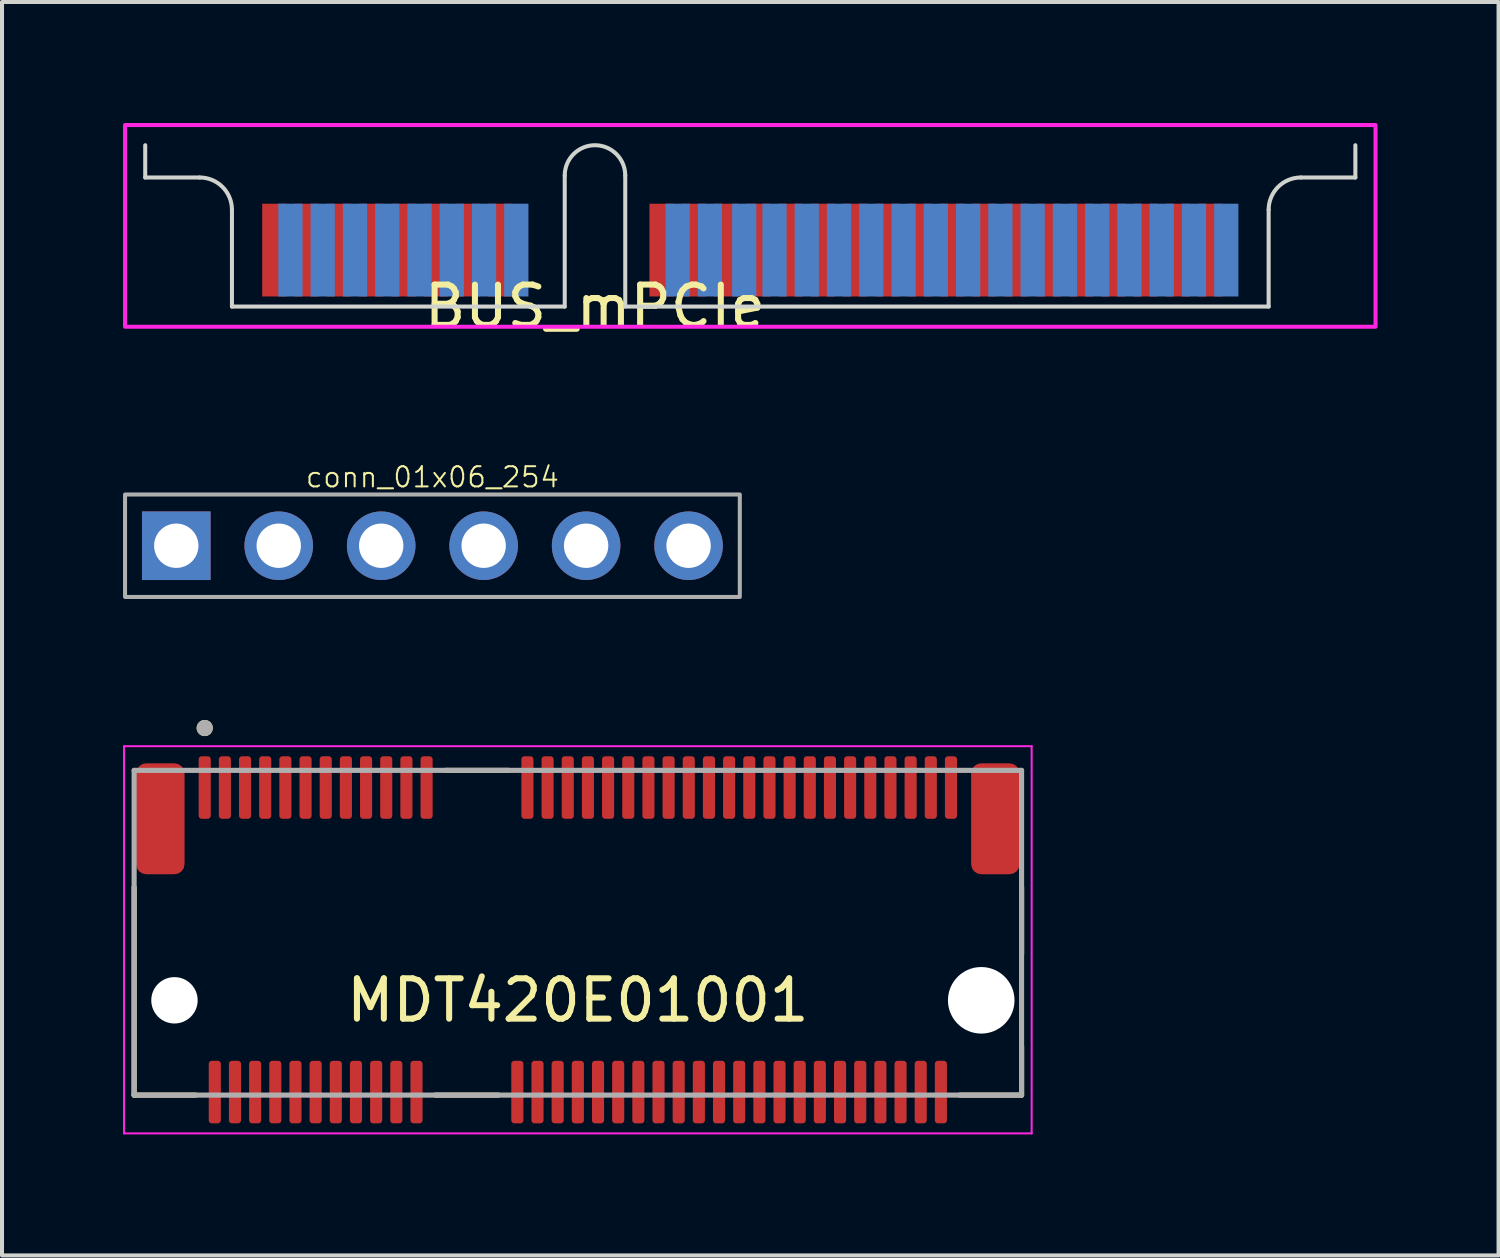
<source format=kicad_pcb>
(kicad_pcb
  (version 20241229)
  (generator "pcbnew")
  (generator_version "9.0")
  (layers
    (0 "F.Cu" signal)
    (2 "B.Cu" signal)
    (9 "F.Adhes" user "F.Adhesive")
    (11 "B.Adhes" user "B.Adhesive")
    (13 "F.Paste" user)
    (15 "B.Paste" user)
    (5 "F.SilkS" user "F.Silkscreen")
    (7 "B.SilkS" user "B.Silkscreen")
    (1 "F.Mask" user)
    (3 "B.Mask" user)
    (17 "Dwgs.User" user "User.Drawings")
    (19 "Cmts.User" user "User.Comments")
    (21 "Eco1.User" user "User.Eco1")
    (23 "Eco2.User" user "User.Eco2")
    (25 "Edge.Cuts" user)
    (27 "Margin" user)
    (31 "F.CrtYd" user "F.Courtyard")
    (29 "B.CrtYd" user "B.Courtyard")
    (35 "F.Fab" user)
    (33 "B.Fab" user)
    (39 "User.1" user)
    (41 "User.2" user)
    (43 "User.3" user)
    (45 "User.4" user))
  (footprint "MDT420E01001"
    (layer "F.Cu")
    (at 11.275 21.748)
    (property "Reference" "MDT420E01001" (at 0 0 0) (layer "F.SilkS") (effects (font (size 1 1) (thickness 0.15))))
    (attr smd)
    (fp_line (start -11 2.35) (end -11 -2.805) (stroke (width 0.127) (type solid)) (layer "F.SilkS"))
    (fp_line (start -9.47 2.35) (end -11 2.35) (stroke (width 0.127) (type solid)) (layer "F.SilkS"))
    (fp_line (start -3.53 2.35) (end -1.97 2.35) (stroke (width 0.127) (type solid)) (layer "F.SilkS"))
    (fp_line (start -3.28 -5.7) (end -1.72 -5.7) (stroke (width 0.127) (type solid)) (layer "F.SilkS"))
    (fp_line (start 11 -2.805) (end 11 -1.145) (stroke (width 0.127) (type solid)) (layer "F.SilkS"))
    (fp_line (start 11 2.35) (end 9.47 2.35) (stroke (width 0.127) (type solid)) (layer "F.SilkS"))
    (fp_line (start 11 2.35) (end 11 1.145) (stroke (width 0.127) (type solid)) (layer "F.SilkS"))
    (fp_circle (center -9.25 -6.75) (end -9.15 -6.75) (stroke (width 0.2) (type solid)) (fill no) (layer "F.SilkS"))
    (fp_line (start -11.25 -6.3) (end -11.25 3.3) (stroke (width 0.05) (type solid)) (layer "F.CrtYd"))
    (fp_line (start -11.25 3.3) (end 11.25 3.3) (stroke (width 0.05) (type solid)) (layer "F.CrtYd"))
    (fp_line (start 11.25 -6.3) (end -11.25 -6.3) (stroke (width 0.05) (type solid)) (layer "F.CrtYd"))
    (fp_line (start 11.25 3.3) (end 11.25 -6.3) (stroke (width 0.05) (type solid)) (layer "F.CrtYd"))
    (fp_line (start -11 -5.7) (end 11 -5.7) (stroke (width 0.127) (type solid)) (layer "F.Fab"))
    (fp_line (start -11 2.35) (end -11 -5.7) (stroke (width 0.127) (type solid)) (layer "F.Fab"))
    (fp_line (start 11 -5.7) (end 11 2.35) (stroke (width 0.127) (type solid)) (layer "F.Fab"))
    (fp_line (start 11 2.35) (end -11 2.35) (stroke (width 0.127) (type solid)) (layer "F.Fab"))
    (fp_circle (center -9.25 -6.75) (end -9.15 -6.75) (stroke (width 0.2) (type solid)) (fill no) (layer "F.Fab"))
    (pad "" np_thru_hole circle (at -10 0) (size 1.15 1.15) (drill 1.15) (layers "*.Cu" "*.Mask"))
    (pad "" np_thru_hole circle (at 10 0) (size 1.65 1.65) (drill 1.65) (layers "*.Cu" "*.Mask"))
    (pad "1" smd roundrect (at -9.25 -5.275) (size 0.3 1.55) (layers "F.Cu" "F.Mask" "F.Paste") (roundrect_rratio 0.25))
    (pad "2" smd roundrect (at -9 2.275) (size 0.3 1.55) (layers "F.Cu" "F.Mask" "F.Paste") (roundrect_rratio 0.25))
    (pad "3" smd roundrect (at -8.75 -5.275) (size 0.3 1.55) (layers "F.Cu" "F.Mask" "F.Paste") (roundrect_rratio 0.25))
    (pad "4" smd roundrect (at -8.5 2.275) (size 0.3 1.55) (layers "F.Cu" "F.Mask" "F.Paste") (roundrect_rratio 0.25))
    (pad "5" smd roundrect (at -8.25 -5.275) (size 0.3 1.55) (layers "F.Cu" "F.Mask" "F.Paste") (roundrect_rratio 0.25))
    (pad "6" smd roundrect (at -8 2.275) (size 0.3 1.55) (layers "F.Cu" "F.Mask" "F.Paste") (roundrect_rratio 0.25))
    (pad "7" smd roundrect (at -7.75 -5.275) (size 0.3 1.55) (layers "F.Cu" "F.Mask" "F.Paste") (roundrect_rratio 0.25))
    (pad "8" smd roundrect (at -7.5 2.275) (size 0.3 1.55) (layers "F.Cu" "F.Mask" "F.Paste") (roundrect_rratio 0.25))
    (pad "9" smd roundrect (at -7.25 -5.275) (size 0.3 1.55) (layers "F.Cu" "F.Mask" "F.Paste") (roundrect_rratio 0.25))
    (pad "10" smd roundrect (at -7 2.275) (size 0.3 1.55) (layers "F.Cu" "F.Mask" "F.Paste") (roundrect_rratio 0.25))
    (pad "11" smd roundrect (at -6.75 -5.275) (size 0.3 1.55) (layers "F.Cu" "F.Mask" "F.Paste") (roundrect_rratio 0.25))
    (pad "12" smd roundrect (at -6.5 2.275) (size 0.3 1.55) (layers "F.Cu" "F.Mask" "F.Paste") (roundrect_rratio 0.25))
    (pad "13" smd roundrect (at -6.25 -5.275) (size 0.3 1.55) (layers "F.Cu" "F.Mask" "F.Paste") (roundrect_rratio 0.25))
    (pad "14" smd roundrect (at -6 2.275) (size 0.3 1.55) (layers "F.Cu" "F.Mask" "F.Paste") (roundrect_rratio 0.25))
    (pad "15" smd roundrect (at -5.75 -5.275) (size 0.3 1.55) (layers "F.Cu" "F.Mask" "F.Paste") (roundrect_rratio 0.25))
    (pad "16" smd roundrect (at -5.5 2.275) (size 0.3 1.55) (layers "F.Cu" "F.Mask" "F.Paste") (roundrect_rratio 0.25))
    (pad "17" smd roundrect (at -5.25 -5.275) (size 0.3 1.55) (layers "F.Cu" "F.Mask" "F.Paste") (roundrect_rratio 0.25))
    (pad "18" smd roundrect (at -5 2.275) (size 0.3 1.55) (layers "F.Cu" "F.Mask" "F.Paste") (roundrect_rratio 0.25))
    (pad "19" smd roundrect (at -4.75 -5.275) (size 0.3 1.55) (layers "F.Cu" "F.Mask" "F.Paste") (roundrect_rratio 0.25))
    (pad "20" smd roundrect (at -4.5 2.275) (size 0.3 1.55) (layers "F.Cu" "F.Mask" "F.Paste") (roundrect_rratio 0.25))
    (pad "21" smd roundrect (at -4.25 -5.275) (size 0.3 1.55) (layers "F.Cu" "F.Mask" "F.Paste") (roundrect_rratio 0.25))
    (pad "22" smd roundrect (at -4 2.275) (size 0.3 1.55) (layers "F.Cu" "F.Mask" "F.Paste") (roundrect_rratio 0.25))
    (pad "23" smd roundrect (at -3.75 -5.275) (size 0.3 1.55) (layers "F.Cu" "F.Mask" "F.Paste") (roundrect_rratio 0.25))
    (pad "32" smd roundrect (at -1.5 2.275) (size 0.3 1.55) (layers "F.Cu" "F.Mask" "F.Paste") (roundrect_rratio 0.25))
    (pad "33" smd roundrect (at -1.25 -5.275) (size 0.3 1.55) (layers "F.Cu" "F.Mask" "F.Paste") (roundrect_rratio 0.25))
    (pad "34" smd roundrect (at -1 2.275) (size 0.3 1.55) (layers "F.Cu" "F.Mask" "F.Paste") (roundrect_rratio 0.25))
    (pad "35" smd roundrect (at -0.75 -5.275) (size 0.3 1.55) (layers "F.Cu" "F.Mask" "F.Paste") (roundrect_rratio 0.25))
    (pad "36" smd roundrect (at -0.5 2.275) (size 0.3 1.55) (layers "F.Cu" "F.Mask" "F.Paste") (roundrect_rratio 0.25))
    (pad "37" smd roundrect (at -0.25 -5.275) (size 0.3 1.55) (layers "F.Cu" "F.Mask" "F.Paste") (roundrect_rratio 0.25))
    (pad "38" smd roundrect (at 0 2.275) (size 0.3 1.55) (layers "F.Cu" "F.Mask" "F.Paste") (roundrect_rratio 0.25))
    (pad "39" smd roundrect (at 0.25 -5.275) (size 0.3 1.55) (layers "F.Cu" "F.Mask" "F.Paste") (roundrect_rratio 0.25))
    (pad "40" smd roundrect (at 0.5 2.275) (size 0.3 1.55) (layers "F.Cu" "F.Mask" "F.Paste") (roundrect_rratio 0.25))
    (pad "41" smd roundrect (at 0.75 -5.275) (size 0.3 1.55) (layers "F.Cu" "F.Mask" "F.Paste") (roundrect_rratio 0.25))
    (pad "42" smd roundrect (at 1 2.275) (size 0.3 1.55) (layers "F.Cu" "F.Mask" "F.Paste") (roundrect_rratio 0.25))
    (pad "43" smd roundrect (at 1.25 -5.275) (size 0.3 1.55) (layers "F.Cu" "F.Mask" "F.Paste") (roundrect_rratio 0.25))
    (pad "44" smd roundrect (at 1.5 2.275) (size 0.3 1.55) (layers "F.Cu" "F.Mask" "F.Paste") (roundrect_rratio 0.25))
    (pad "45" smd roundrect (at 1.75 -5.275) (size 0.3 1.55) (layers "F.Cu" "F.Mask" "F.Paste") (roundrect_rratio 0.25))
    (pad "46" smd roundrect (at 2 2.275) (size 0.3 1.55) (layers "F.Cu" "F.Mask" "F.Paste") (roundrect_rratio 0.25))
    (pad "47" smd roundrect (at 2.25 -5.275) (size 0.3 1.55) (layers "F.Cu" "F.Mask" "F.Paste") (roundrect_rratio 0.25))
    (pad "48" smd roundrect (at 2.5 2.275) (size 0.3 1.55) (layers "F.Cu" "F.Mask" "F.Paste") (roundrect_rratio 0.25))
    (pad "49" smd roundrect (at 2.75 -5.275) (size 0.3 1.55) (layers "F.Cu" "F.Mask" "F.Paste") (roundrect_rratio 0.25))
    (pad "50" smd roundrect (at 3 2.275) (size 0.3 1.55) (layers "F.Cu" "F.Mask" "F.Paste") (roundrect_rratio 0.25))
    (pad "51" smd roundrect (at 3.25 -5.275) (size 0.3 1.55) (layers "F.Cu" "F.Mask" "F.Paste") (roundrect_rratio 0.25))
    (pad "52" smd roundrect (at 3.5 2.275) (size 0.3 1.55) (layers "F.Cu" "F.Mask" "F.Paste") (roundrect_rratio 0.25))
    (pad "53" smd roundrect (at 3.75 -5.275) (size 0.3 1.55) (layers "F.Cu" "F.Mask" "F.Paste") (roundrect_rratio 0.25))
    (pad "54" smd roundrect (at 4 2.275) (size 0.3 1.55) (layers "F.Cu" "F.Mask" "F.Paste") (roundrect_rratio 0.25))
    (pad "55" smd roundrect (at 4.25 -5.275) (size 0.3 1.55) (layers "F.Cu" "F.Mask" "F.Paste") (roundrect_rratio 0.25))
    (pad "56" smd roundrect (at 4.5 2.275) (size 0.3 1.55) (layers "F.Cu" "F.Mask" "F.Paste") (roundrect_rratio 0.25))
    (pad "57" smd roundrect (at 4.75 -5.275) (size 0.3 1.55) (layers "F.Cu" "F.Mask" "F.Paste") (roundrect_rratio 0.25))
    (pad "58" smd roundrect (at 5 2.275) (size 0.3 1.55) (layers "F.Cu" "F.Mask" "F.Paste") (roundrect_rratio 0.25))
    (pad "59" smd roundrect (at 5.25 -5.275) (size 0.3 1.55) (layers "F.Cu" "F.Mask" "F.Paste") (roundrect_rratio 0.25))
    (pad "60" smd roundrect (at 5.5 2.275) (size 0.3 1.55) (layers "F.Cu" "F.Mask" "F.Paste") (roundrect_rratio 0.25))
    (pad "61" smd roundrect (at 5.75 -5.275) (size 0.3 1.55) (layers "F.Cu" "F.Mask" "F.Paste") (roundrect_rratio 0.25))
    (pad "62" smd roundrect (at 6 2.275) (size 0.3 1.55) (layers "F.Cu" "F.Mask" "F.Paste") (roundrect_rratio 0.25))
    (pad "63" smd roundrect (at 6.25 -5.275) (size 0.3 1.55) (layers "F.Cu" "F.Mask" "F.Paste") (roundrect_rratio 0.25))
    (pad "64" smd roundrect (at 6.5 2.275) (size 0.3 1.55) (layers "F.Cu" "F.Mask" "F.Paste") (roundrect_rratio 0.25))
    (pad "65" smd roundrect (at 6.75 -5.275) (size 0.3 1.55) (layers "F.Cu" "F.Mask" "F.Paste") (roundrect_rratio 0.25))
    (pad "66" smd roundrect (at 7 2.275) (size 0.3 1.55) (layers "F.Cu" "F.Mask" "F.Paste") (roundrect_rratio 0.25))
    (pad "67" smd roundrect (at 7.25 -5.275) (size 0.3 1.55) (layers "F.Cu" "F.Mask" "F.Paste") (roundrect_rratio 0.25))
    (pad "68" smd roundrect (at 7.5 2.275) (size 0.3 1.55) (layers "F.Cu" "F.Mask" "F.Paste") (roundrect_rratio 0.25))
    (pad "69" smd roundrect (at 7.75 -5.275) (size 0.3 1.55) (layers "F.Cu" "F.Mask" "F.Paste") (roundrect_rratio 0.25))
    (pad "70" smd roundrect (at 8 2.275) (size 0.3 1.55) (layers "F.Cu" "F.Mask" "F.Paste") (roundrect_rratio 0.25))
    (pad "71" smd roundrect (at 8.25 -5.275) (size 0.3 1.55) (layers "F.Cu" "F.Mask" "F.Paste") (roundrect_rratio 0.25))
    (pad "72" smd roundrect (at 8.5 2.275) (size 0.3 1.55) (layers "F.Cu" "F.Mask" "F.Paste") (roundrect_rratio 0.25))
    (pad "73" smd roundrect (at 8.75 -5.275) (size 0.3 1.55) (layers "F.Cu" "F.Mask" "F.Paste") (roundrect_rratio 0.25))
    (pad "74" smd roundrect (at 9 2.275) (size 0.3 1.55) (layers "F.Cu" "F.Mask" "F.Paste") (roundrect_rratio 0.25))
    (pad "75" smd roundrect (at 9.25 -5.275) (size 0.3 1.55) (layers "F.Cu" "F.Mask" "F.Paste") (roundrect_rratio 0.25))
    (pad "S1" smd roundrect (at -10.35 -4.5) (size 1.2 2.75) (layers "F.Cu" "F.Mask" "F.Paste") (roundrect_rratio 0.208))
    (pad "S2" smd roundrect (at 10.35 -4.5) (size 1.2 2.75) (layers "F.Cu" "F.Mask" "F.Paste") (roundrect_rratio 0.208)))
  (footprint "BUS_mPCIe"
    (layer "F.Cu")
    (at 11.7 4.55)
    (property "Reference" "BUS_mPCIe" (at 0 0 0) (layer "F.SilkS") (effects (font (size 1 1) (thickness 0.15))))
    (attr exclude_from_pos_files)
    (fp_line (start -11.15 -3.2) (end -11.15 -4) (stroke (width 0.1) (type default)) (layer "Edge.Cuts"))
    (fp_line (start -11.15 -3.2) (end -9.8 -3.2) (stroke (width 0.1) (type default)) (layer "Edge.Cuts"))
    (fp_line (start -9 -2.4) (end -9 0) (stroke (width 0.1) (type default)) (layer "Edge.Cuts"))
    (fp_line (start -0.75 0) (end -9 0) (stroke (width 0.1) (type default)) (layer "Edge.Cuts"))
    (fp_line (start -0.75 0) (end -0.75 -3.25) (stroke (width 0.1) (type default)) (layer "Edge.Cuts"))
    (fp_line (start 0.75 -3.25) (end 0.75 0) (stroke (width 0.1) (type default)) (layer "Edge.Cuts"))
    (fp_line (start 0.75 0) (end 16.7 0) (stroke (width 0.1) (type default)) (layer "Edge.Cuts"))
    (fp_line (start 16.7 -2.4) (end 16.7 0) (stroke (width 0.1) (type default)) (layer "Edge.Cuts"))
    (fp_line (start 18.85 -3.2) (end 17.5 -3.2) (stroke (width 0.1) (type default)) (layer "Edge.Cuts"))
    (fp_line (start 18.85 -3.2) (end 18.85 -4) (stroke (width 0.1) (type default)) (layer "Edge.Cuts"))
    (fp_arc (start -9.8 -3.2) (mid -9.234315 -2.965685) (end -9 -2.4) (stroke (width 0.1) (type default)) (layer "Edge.Cuts"))
    (fp_arc (start -0.75 -3.25) (mid 0 -4) (end 0.75 -3.25) (stroke (width 0.1) (type default)) (layer "Edge.Cuts"))
    (fp_arc (start 16.7 -2.4) (mid 16.934315 -2.965685) (end 17.5 -3.2) (stroke (width 0.1) (type default)) (layer "Edge.Cuts"))
    (fp_rect (start -11.65 -4.5) (end 19.35 0.5) (stroke (width 0.1) (type default)) (fill no) (layer "F.CrtYd"))
    (pad "1" smd rect (at -7.95 -1.4 90) (size 2.3 0.6) (layers "F.Cu" "F.Mask"))
    (pad "2" smd rect (at -7.55 -1.4 270) (size 2.3 0.6) (layers "B.Cu" "B.Mask"))
    (pad "3" smd rect (at -7.15 -1.4 90) (size 2.3 0.6) (layers "F.Cu" "F.Mask"))
    (pad "4" smd rect (at -6.75 -1.4 270) (size 2.3 0.6) (layers "B.Cu" "B.Mask"))
    (pad "5" smd rect (at -6.35 -1.4 90) (size 2.3 0.6) (layers "F.Cu" "F.Mask"))
    (pad "6" smd rect (at -5.95 -1.4 270) (size 2.3 0.6) (layers "B.Cu" "B.Mask"))
    (pad "7" smd rect (at -5.55 -1.4 90) (size 2.3 0.6) (layers "F.Cu" "F.Mask"))
    (pad "8" smd rect (at -5.15 -1.4 270) (size 2.3 0.6) (layers "B.Cu" "B.Mask"))
    (pad "9" smd rect (at -4.75 -1.4 90) (size 2.3 0.6) (layers "F.Cu" "F.Mask"))
    (pad "10" smd rect (at -4.35 -1.4 270) (size 2.3 0.6) (layers "B.Cu" "B.Mask"))
    (pad "11" smd rect (at -3.95 -1.4 90) (size 2.3 0.6) (layers "F.Cu" "F.Mask"))
    (pad "12" smd rect (at -3.55 -1.4 270) (size 2.3 0.6) (layers "B.Cu" "B.Mask"))
    (pad "13" smd rect (at -3.15 -1.4 90) (size 2.3 0.6) (layers "F.Cu" "F.Mask"))
    (pad "14" smd rect (at -2.75 -1.4 270) (size 2.3 0.6) (layers "B.Cu" "B.Mask"))
    (pad "15" smd rect (at -2.35 -1.4 90) (size 2.3 0.6) (layers "F.Cu" "F.Mask"))
    (pad "16" smd rect (at -1.95 -1.4 270) (size 2.3 0.6) (layers "B.Cu" "B.Mask"))
    (pad "17" smd rect (at 1.65 -1.4 90) (size 2.3 0.6) (layers "F.Cu" "F.Mask"))
    (pad "18" smd rect (at 2.05 -1.4 270) (size 2.3 0.6) (layers "B.Cu" "B.Mask"))
    (pad "19" smd rect (at 2.45 -1.4 90) (size 2.3 0.6) (layers "F.Cu" "F.Mask"))
    (pad "20" smd rect (at 2.85 -1.4 270) (size 2.3 0.6) (layers "B.Cu" "B.Mask"))
    (pad "21" smd rect (at 3.25 -1.4 90) (size 2.3 0.6) (layers "F.Cu" "F.Mask"))
    (pad "22" smd rect (at 3.7 -1.4 270) (size 2.3 0.6) (layers "B.Cu" "B.Mask"))
    (pad "23" smd rect (at 4.05 -1.4 90) (size 2.3 0.6) (layers "F.Cu" "F.Mask"))
    (pad "24" smd rect (at 4.45 -1.4 270) (size 2.3 0.6) (layers "B.Cu" "B.Mask"))
    (pad "25" smd rect (at 4.85 -1.4 90) (size 2.3 0.6) (layers "F.Cu" "F.Mask"))
    (pad "26" smd rect (at 5.25 -1.4 270) (size 2.3 0.6) (layers "B.Cu" "B.Mask"))
    (pad "27" smd rect (at 5.65 -1.4 90) (size 2.3 0.6) (layers "F.Cu" "F.Mask"))
    (pad "28" smd rect (at 6.05 -1.4 270) (size 2.3 0.6) (layers "B.Cu" "B.Mask"))
    (pad "29" smd rect (at 6.45 -1.4 90) (size 2.3 0.6) (layers "F.Cu" "F.Mask"))
    (pad "30" smd rect (at 6.85 -1.4 270) (size 2.3 0.6) (layers "B.Cu" "B.Mask"))
    (pad "31" smd rect (at 7.25 -1.4 90) (size 2.3 0.6) (layers "F.Cu" "F.Mask"))
    (pad "32" smd rect (at 7.65 -1.4 270) (size 2.3 0.6) (layers "B.Cu" "B.Mask"))
    (pad "33" smd rect (at 8.05 -1.4 90) (size 2.3 0.6) (layers "F.Cu" "F.Mask"))
    (pad "34" smd rect (at 8.45 -1.4 270) (size 2.3 0.6) (layers "B.Cu" "B.Mask"))
    (pad "35" smd rect (at 8.85 -1.4 90) (size 2.3 0.6) (layers "F.Cu" "F.Mask"))
    (pad "36" smd rect (at 9.25 -1.4 270) (size 2.3 0.6) (layers "B.Cu" "B.Mask"))
    (pad "37" smd rect (at 9.65 -1.4 90) (size 2.3 0.6) (layers "F.Cu" "F.Mask"))
    (pad "38" smd rect (at 10.05 -1.4 270) (size 2.3 0.6) (layers "B.Cu" "B.Mask"))
    (pad "39" smd rect (at 10.45 -1.4 90) (size 2.3 0.6) (layers "F.Cu" "F.Mask"))
    (pad "40" smd rect (at 10.85 -1.4 270) (size 2.3 0.6) (layers "B.Cu" "B.Mask"))
    (pad "41" smd rect (at 11.25 -1.4 90) (size 2.3 0.6) (layers "F.Cu" "F.Mask"))
    (pad "42" smd rect (at 11.65 -1.4 270) (size 2.3 0.6) (layers "B.Cu" "B.Mask"))
    (pad "43" smd rect (at 12.05 -1.4 90) (size 2.3 0.6) (layers "F.Cu" "F.Mask"))
    (pad "44" smd rect (at 12.45 -1.4 270) (size 2.3 0.6) (layers "B.Cu" "B.Mask"))
    (pad "45" smd rect (at 12.85 -1.4 90) (size 2.3 0.6) (layers "F.Cu" "F.Mask"))
    (pad "46" smd rect (at 13.25 -1.4 270) (size 2.3 0.6) (layers "B.Cu" "B.Mask"))
    (pad "47" smd rect (at 13.65 -1.4 90) (size 2.3 0.6) (layers "F.Cu" "F.Mask"))
    (pad "48" smd rect (at 14.05 -1.4 270) (size 2.3 0.6) (layers "B.Cu" "B.Mask"))
    (pad "49" smd rect (at 14.45 -1.4 90) (size 2.3 0.6) (layers "F.Cu" "F.Mask"))
    (pad "50" smd rect (at 14.85 -1.4 270) (size 2.3 0.6) (layers "B.Cu" "B.Mask"))
    (pad "51" smd rect (at 15.25 -1.4 90) (size 2.3 0.6) (layers "F.Cu" "F.Mask"))
    (pad "52" smd rect (at 15.65 -1.4 270) (size 2.3 0.6) (layers "B.Cu" "B.Mask")))
  (footprint "conn_01x06_254"
    (layer "F.Cu")
    (at 7.67 10.479)
    (property "Reference" "conn_01x06_254" (at 0 -1.7 0) (unlocked yes) (layer "F.SilkS") (effects (font (size 0.5 0.5) (thickness 0.05))))
    (attr through_hole)
    (fp_rect (start -7.62 -1.27) (end 7.62 1.27) (stroke (width 0.1) (type solid)) (fill no) (layer "F.Fab"))
    (pad "1" thru_hole rect (at -6.35 0) (size 1.7 1.7) (drill 1.1) (layers "*.Cu" "*.Mask"))
    (pad "2" thru_hole circle (at -3.81 0) (size 1.7 1.7) (drill 1.1) (layers "*.Cu" "*.Mask"))
    (pad "3" thru_hole circle (at -1.27 0) (size 1.7 1.7) (drill 1.1) (layers "*.Cu" "*.Mask"))
    (pad "4" thru_hole circle (at 1.27 0) (size 1.7 1.7) (drill 1.1) (layers "*.Cu" "*.Mask"))
    (pad "5" thru_hole circle (at 3.81 0) (size 1.7 1.7) (drill 1.1) (layers "*.Cu" "*.Mask"))
    (pad "6" thru_hole circle (at 6.35 0) (size 1.7 1.7) (drill 1.1) (layers "*.Cu" "*.Mask")))
  (gr_rect
    (start -3 -3)
    (end 34.1 28.073)
    (stroke (width 0.1) (type default))
    (fill no)
    (layer "Edge.Cuts")))
</source>
